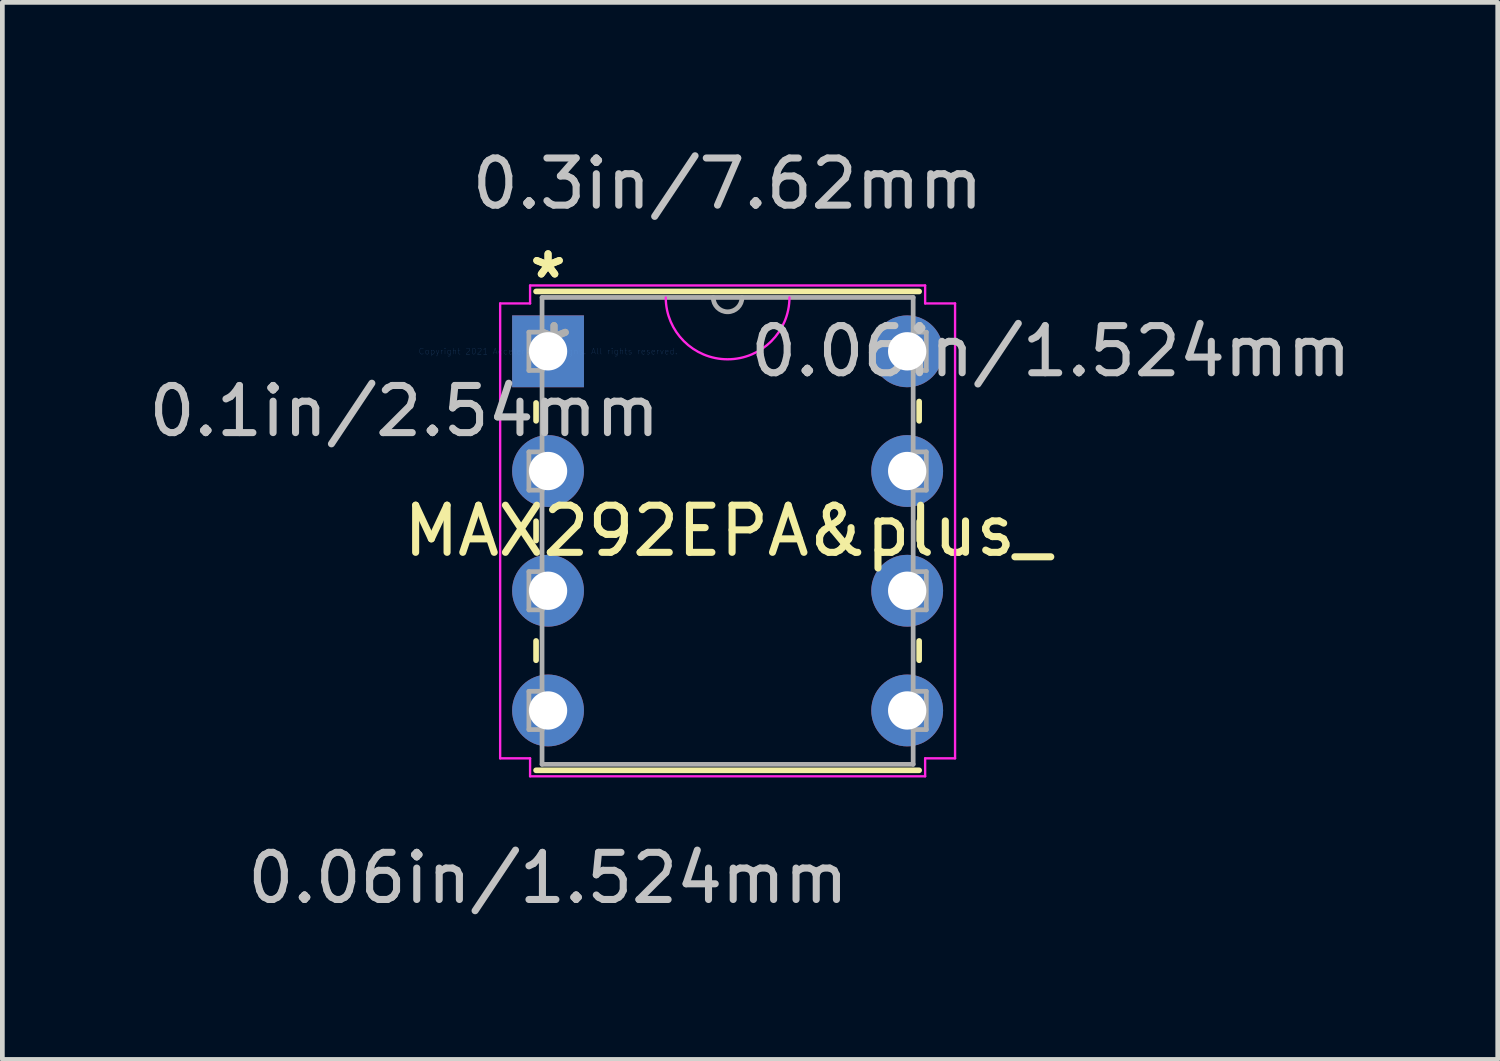
<source format=kicad_pcb>
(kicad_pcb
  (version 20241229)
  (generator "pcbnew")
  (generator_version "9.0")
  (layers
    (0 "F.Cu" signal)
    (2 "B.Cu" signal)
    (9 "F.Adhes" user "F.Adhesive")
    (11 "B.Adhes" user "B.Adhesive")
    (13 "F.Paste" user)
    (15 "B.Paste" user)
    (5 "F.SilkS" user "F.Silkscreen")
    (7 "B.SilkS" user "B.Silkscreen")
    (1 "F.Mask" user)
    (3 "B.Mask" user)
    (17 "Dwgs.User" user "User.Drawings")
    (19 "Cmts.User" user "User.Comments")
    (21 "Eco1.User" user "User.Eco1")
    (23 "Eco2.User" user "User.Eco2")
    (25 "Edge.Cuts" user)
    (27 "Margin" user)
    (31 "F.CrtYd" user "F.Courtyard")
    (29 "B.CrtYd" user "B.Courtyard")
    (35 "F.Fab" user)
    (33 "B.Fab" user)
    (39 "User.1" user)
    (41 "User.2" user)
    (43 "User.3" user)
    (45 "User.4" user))
  (footprint "MAX292EPA&plus_"
    (layer "F.Cu")
    (at 8.578 4.404)
    (property "Reference" "MAX292EPA&plus_" (at 3.81 3.81 0) (layer "F.SilkS") (effects (font (size 1 1) (thickness 0.15))))
    (attr through_hole)
    (fp_line (start -0.254 1.095) (end -0.254 1.475) (stroke (width 0.12) (type solid)) (layer "F.SilkS"))
    (fp_line (start -0.254 3.605) (end -0.254 4.015) (stroke (width 0.12) (type solid)) (layer "F.SilkS"))
    (fp_line (start -0.254 6.145) (end -0.254 6.555) (stroke (width 0.12) (type solid)) (layer "F.SilkS"))
    (fp_line (start -0.254 8.89) (end 7.874 8.89) (stroke (width 0.12) (type solid)) (layer "F.SilkS"))
    (fp_line (start 7.874 -1.27) (end -0.254 -1.27) (stroke (width 0.12) (type solid)) (layer "F.SilkS"))
    (fp_line (start 7.874 1.475) (end 7.874 1.065) (stroke (width 0.12) (type solid)) (layer "F.SilkS"))
    (fp_line (start 7.874 4.015) (end 7.874 3.605) (stroke (width 0.12) (type solid)) (layer "F.SilkS"))
    (fp_line (start 7.874 6.555) (end 7.874 6.145) (stroke (width 0.12) (type solid)) (layer "F.SilkS"))
    (fp_line (start -1.016 -1.016) (end -1.016 8.636) (stroke (width 0.05) (type solid)) (layer "F.CrtYd"))
    (fp_line (start -1.016 8.636) (end -0.381 8.636) (stroke (width 0.05) (type solid)) (layer "F.CrtYd"))
    (fp_line (start -0.381 -1.397) (end -0.381 -1.016) (stroke (width 0.05) (type solid)) (layer "F.CrtYd"))
    (fp_line (start -0.381 -1.016) (end -1.016 -1.016) (stroke (width 0.05) (type solid)) (layer "F.CrtYd"))
    (fp_line (start -0.381 8.636) (end -0.381 9.017) (stroke (width 0.05) (type solid)) (layer "F.CrtYd"))
    (fp_line (start -0.381 9.017) (end 8.001 9.017) (stroke (width 0.05) (type solid)) (layer "F.CrtYd"))
    (fp_line (start 8.001 -1.397) (end -0.381 -1.397) (stroke (width 0.05) (type solid)) (layer "F.CrtYd"))
    (fp_line (start 8.001 -1.016) (end 8.001 -1.397) (stroke (width 0.05) (type solid)) (layer "F.CrtYd"))
    (fp_line (start 8.001 8.636) (end 8.636 8.636) (stroke (width 0.05) (type solid)) (layer "F.CrtYd"))
    (fp_line (start 8.001 9.017) (end 8.001 8.636) (stroke (width 0.05) (type solid)) (layer "F.CrtYd"))
    (fp_line (start 8.636 -1.016) (end 8.001 -1.016) (stroke (width 0.05) (type solid)) (layer "F.CrtYd"))
    (fp_line (start 8.636 8.636) (end 8.636 -1.016) (stroke (width 0.05) (type solid)) (layer "F.CrtYd"))
    (fp_arc (start 5.122333 -1.143) (mid 3.81 0.169333) (end 2.497667 -1.143) (stroke (width 0.05) (type solid)) (layer "F.CrtYd"))
    (fp_line (start -0.406 -0.406) (end -0.406 0.406) (stroke (width 0.1) (type solid)) (layer "F.Fab"))
    (fp_line (start -0.406 0.406) (end -0.127 0.406) (stroke (width 0.1) (type solid)) (layer "F.Fab"))
    (fp_line (start -0.406 2.134) (end -0.406 2.946) (stroke (width 0.1) (type solid)) (layer "F.Fab"))
    (fp_line (start -0.406 2.946) (end -0.127 2.946) (stroke (width 0.1) (type solid)) (layer "F.Fab"))
    (fp_line (start -0.406 4.674) (end -0.406 5.486) (stroke (width 0.1) (type solid)) (layer "F.Fab"))
    (fp_line (start -0.406 5.486) (end -0.127 5.486) (stroke (width 0.1) (type solid)) (layer "F.Fab"))
    (fp_line (start -0.406 7.214) (end -0.406 8.026) (stroke (width 0.1) (type solid)) (layer "F.Fab"))
    (fp_line (start -0.406 8.026) (end -0.127 8.026) (stroke (width 0.1) (type solid)) (layer "F.Fab"))
    (fp_line (start -0.127 -1.143) (end -0.127 8.763) (stroke (width 0.1) (type solid)) (layer "F.Fab"))
    (fp_line (start -0.127 -0.406) (end -0.406 -0.406) (stroke (width 0.1) (type solid)) (layer "F.Fab"))
    (fp_line (start -0.127 0.406) (end -0.127 -0.406) (stroke (width 0.1) (type solid)) (layer "F.Fab"))
    (fp_line (start -0.127 2.134) (end -0.406 2.134) (stroke (width 0.1) (type solid)) (layer "F.Fab"))
    (fp_line (start -0.127 2.946) (end -0.127 2.134) (stroke (width 0.1) (type solid)) (layer "F.Fab"))
    (fp_line (start -0.127 4.674) (end -0.406 4.674) (stroke (width 0.1) (type solid)) (layer "F.Fab"))
    (fp_line (start -0.127 5.486) (end -0.127 4.674) (stroke (width 0.1) (type solid)) (layer "F.Fab"))
    (fp_line (start -0.127 7.214) (end -0.406 7.214) (stroke (width 0.1) (type solid)) (layer "F.Fab"))
    (fp_line (start -0.127 8.026) (end -0.127 7.214) (stroke (width 0.1) (type solid)) (layer "F.Fab"))
    (fp_line (start -0.127 8.763) (end 7.747 8.763) (stroke (width 0.1) (type solid)) (layer "F.Fab"))
    (fp_line (start 7.747 -1.143) (end -0.127 -1.143) (stroke (width 0.1) (type solid)) (layer "F.Fab"))
    (fp_line (start 7.747 -0.406) (end 7.747 0.406) (stroke (width 0.1) (type solid)) (layer "F.Fab"))
    (fp_line (start 7.747 0.406) (end 8.026 0.406) (stroke (width 0.1) (type solid)) (layer "F.Fab"))
    (fp_line (start 7.747 2.134) (end 7.747 2.946) (stroke (width 0.1) (type solid)) (layer "F.Fab"))
    (fp_line (start 7.747 2.946) (end 8.026 2.946) (stroke (width 0.1) (type solid)) (layer "F.Fab"))
    (fp_line (start 7.747 4.674) (end 7.747 5.486) (stroke (width 0.1) (type solid)) (layer "F.Fab"))
    (fp_line (start 7.747 5.486) (end 8.026 5.486) (stroke (width 0.1) (type solid)) (layer "F.Fab"))
    (fp_line (start 7.747 7.214) (end 7.747 8.026) (stroke (width 0.1) (type solid)) (layer "F.Fab"))
    (fp_line (start 7.747 8.026) (end 8.026 8.026) (stroke (width 0.1) (type solid)) (layer "F.Fab"))
    (fp_line (start 7.747 8.763) (end 7.747 -1.143) (stroke (width 0.1) (type solid)) (layer "F.Fab"))
    (fp_line (start 8.026 -0.406) (end 7.747 -0.406) (stroke (width 0.1) (type solid)) (layer "F.Fab"))
    (fp_line (start 8.026 0.406) (end 8.026 -0.406) (stroke (width 0.1) (type solid)) (layer "F.Fab"))
    (fp_line (start 8.026 2.134) (end 7.747 2.134) (stroke (width 0.1) (type solid)) (layer "F.Fab"))
    (fp_line (start 8.026 2.946) (end 8.026 2.134) (stroke (width 0.1) (type solid)) (layer "F.Fab"))
    (fp_line (start 8.026 4.674) (end 7.747 4.674) (stroke (width 0.1) (type solid)) (layer "F.Fab"))
    (fp_line (start 8.026 5.486) (end 8.026 4.674) (stroke (width 0.1) (type solid)) (layer "F.Fab"))
    (fp_line (start 8.026 7.214) (end 7.747 7.214) (stroke (width 0.1) (type solid)) (layer "F.Fab"))
    (fp_line (start 8.026 8.026) (end 8.026 7.214) (stroke (width 0.1) (type solid)) (layer "F.Fab"))
    (fp_arc (start 4.1148 -1.143) (mid 3.81 -0.8382) (end 3.5052 -1.143) (stroke (width 0.1) (type solid)) (layer "F.Fab"))
    (fp_text user "*" (at 0 -1.524 0) (layer "F.SilkS") (effects (font (size 1 1) (thickness 0.15))))
    (fp_text user "*" (at 0 -1.524 0) (layer "F.SilkS") (effects (font (size 1 1) (thickness 0.15))))
    (fp_text user "0.1in/2.54mm" (at -3.048 1.27 0) (layer "Dwgs.User") (effects (font (size 1 1) (thickness 0.15))))
    (fp_text user "0.3in/7.62mm" (at 3.81 -3.556 0) (layer "Dwgs.User") (effects (font (size 1 1) (thickness 0.15))))
    (fp_text user "0.06in/1.524mm" (at 0 11.176 0) (layer "Dwgs.User") (effects (font (size 1 1) (thickness 0.15))))
    (fp_text user "0.06in/1.524mm" (at 10.668 0 0) (layer "Dwgs.User") (effects (font (size 1 1) (thickness 0.15))))
    (fp_text user "Copyright 2021 Accelerated Designs. All rights reserved." (at 0 0 0) (layer "Cmts.User") (effects (font (size 0.127 0.127) (thickness 0.002))))
    (fp_text user "*" (at 0.127 0 0) (layer "F.Fab") (effects (font (size 1 1) (thickness 0.15))))
    (fp_text user "*" (at 0.127 0 0) (layer "F.Fab") (effects (font (size 1 1) (thickness 0.15))))
    (pad "1" thru_hole rect (at 0 0) (size 1.524 1.524) (drill 0.813) (layers "*.Cu" "*.Mask"))
    (pad "2" thru_hole circle (at 0 2.54) (size 1.524 1.524) (drill 0.813) (layers "*.Cu" "*.Mask"))
    (pad "3" thru_hole circle (at 0 5.08) (size 1.524 1.524) (drill 0.813) (layers "*.Cu" "*.Mask"))
    (pad "4" thru_hole circle (at 0 7.62) (size 1.524 1.524) (drill 0.813) (layers "*.Cu" "*.Mask"))
    (pad "5" thru_hole circle (at 7.62 7.62) (size 1.524 1.524) (drill 0.813) (layers "*.Cu" "*.Mask"))
    (pad "6" thru_hole circle (at 7.62 5.08) (size 1.524 1.524) (drill 0.813) (layers "*.Cu" "*.Mask"))
    (pad "7" thru_hole circle (at 7.62 2.54) (size 1.524 1.524) (drill 0.813) (layers "*.Cu" "*.Mask"))
    (pad "8" thru_hole circle (at 7.62 0) (size 1.524 1.524) (drill 0.813) (layers "*.Cu" "*.Mask")))
  (gr_rect
    (start -3 -3)
    (end 28.728 19.428)
    (stroke (width 0.1) (type default))
    (fill no)
    (layer "Edge.Cuts")))
</source>
